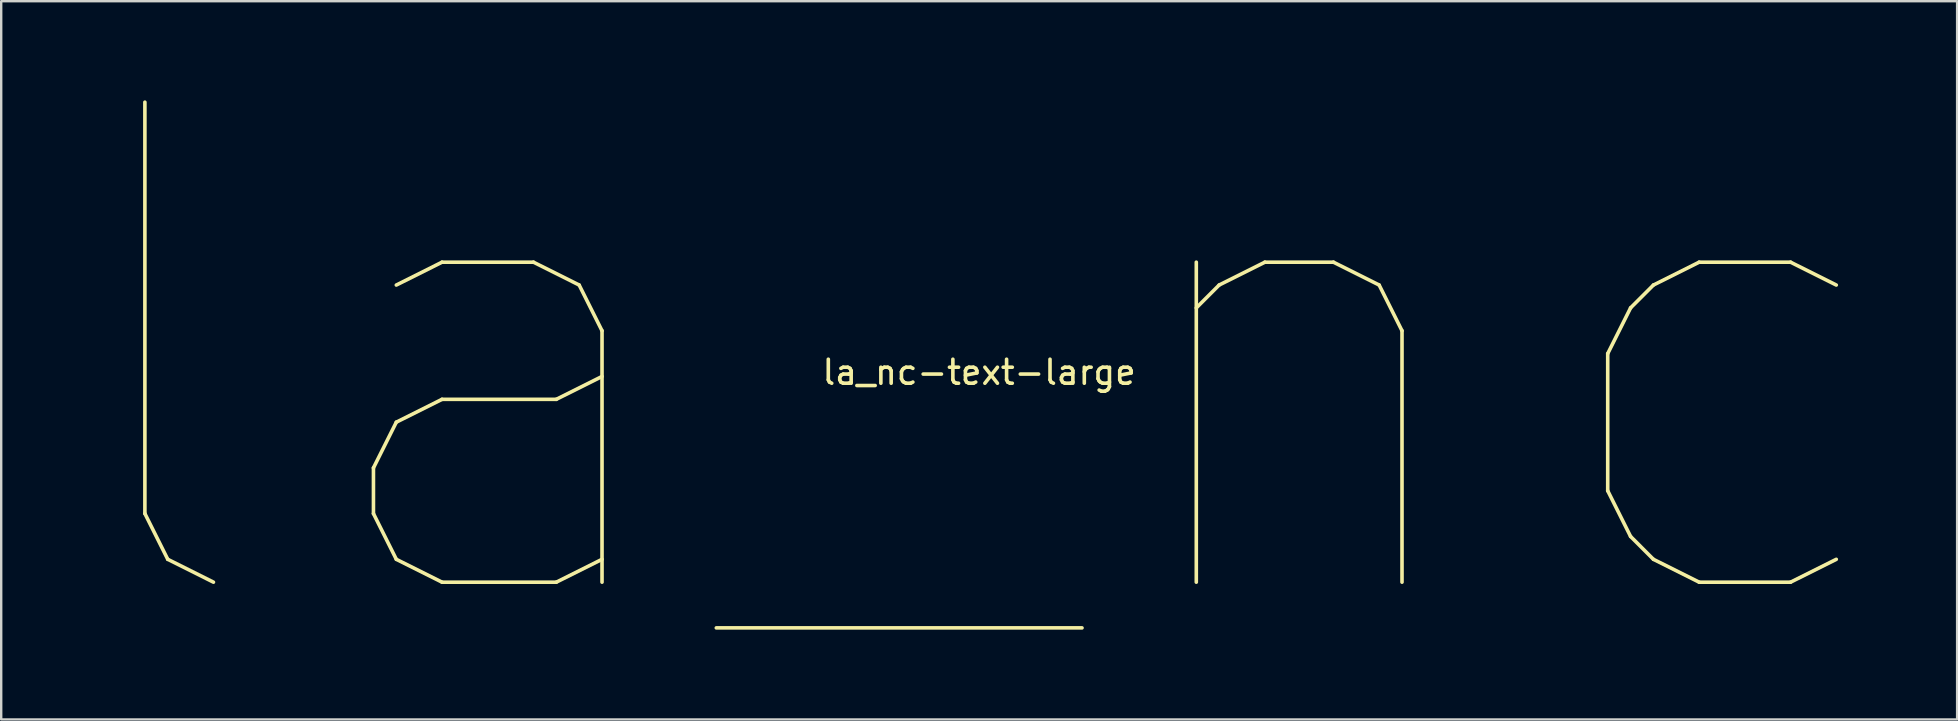
<source format=kicad_pcb>
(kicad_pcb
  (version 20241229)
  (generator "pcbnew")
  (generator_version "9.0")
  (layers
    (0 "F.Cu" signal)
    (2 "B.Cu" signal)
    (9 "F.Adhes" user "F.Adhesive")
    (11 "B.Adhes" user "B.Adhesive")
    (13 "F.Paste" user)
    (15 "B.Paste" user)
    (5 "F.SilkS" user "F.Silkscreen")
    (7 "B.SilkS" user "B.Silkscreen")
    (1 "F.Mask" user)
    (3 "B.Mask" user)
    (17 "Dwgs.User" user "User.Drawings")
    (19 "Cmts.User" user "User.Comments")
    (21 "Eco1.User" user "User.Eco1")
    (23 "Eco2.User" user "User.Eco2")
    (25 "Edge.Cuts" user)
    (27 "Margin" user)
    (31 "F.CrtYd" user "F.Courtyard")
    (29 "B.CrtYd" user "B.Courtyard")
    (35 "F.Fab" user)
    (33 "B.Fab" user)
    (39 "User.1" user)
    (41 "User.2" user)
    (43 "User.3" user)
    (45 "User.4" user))
  (footprint "la_nc-text-large"
    (layer "F.Cu")
    (at 37.749 11.963)
    (property "Reference" "la_nc-text-large" (at 0 0.5 0) (layer "F.SilkS") (effects (font (size 1 1) (thickness 0.15))))
    (attr through_hole)
    (fp_text user "la_nc" (at 0 0 0) (layer "F.SilkS") (effects (font (size 20 20) (thickness 0.15)))))
  (gr_rect
    (start -3 -3)
    (end 78.498 26.927)
    (stroke (width 0.1) (type default))
    (fill no)
    (layer "Edge.Cuts")))
</source>
